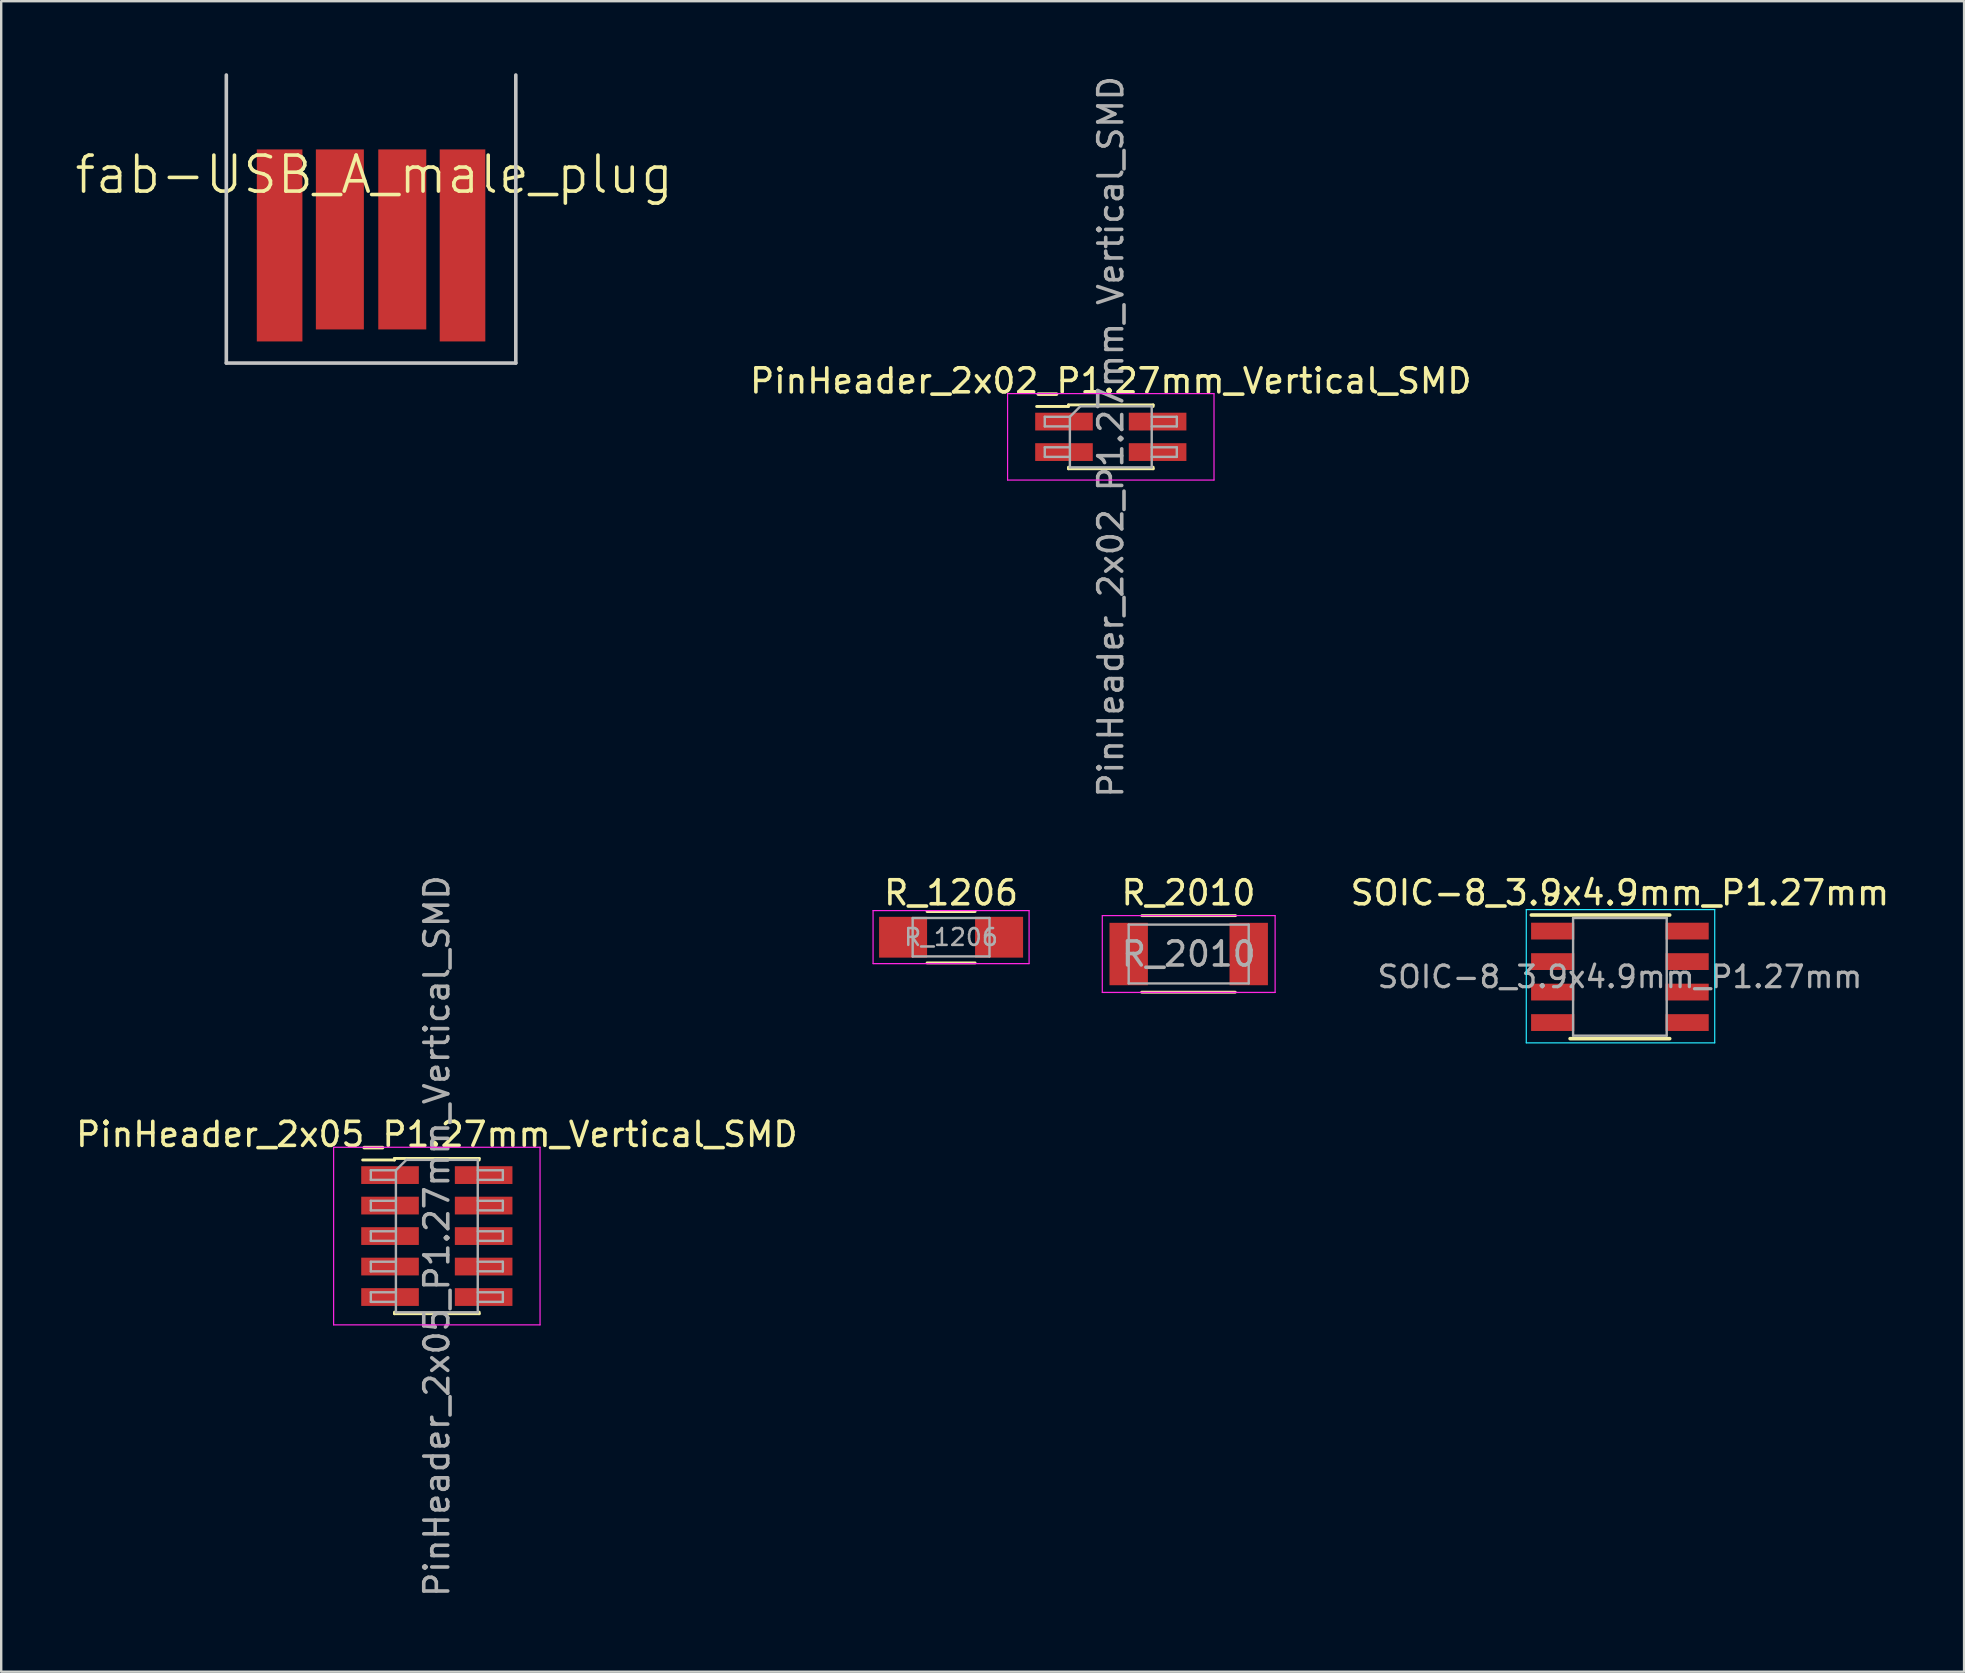
<source format=kicad_pcb>
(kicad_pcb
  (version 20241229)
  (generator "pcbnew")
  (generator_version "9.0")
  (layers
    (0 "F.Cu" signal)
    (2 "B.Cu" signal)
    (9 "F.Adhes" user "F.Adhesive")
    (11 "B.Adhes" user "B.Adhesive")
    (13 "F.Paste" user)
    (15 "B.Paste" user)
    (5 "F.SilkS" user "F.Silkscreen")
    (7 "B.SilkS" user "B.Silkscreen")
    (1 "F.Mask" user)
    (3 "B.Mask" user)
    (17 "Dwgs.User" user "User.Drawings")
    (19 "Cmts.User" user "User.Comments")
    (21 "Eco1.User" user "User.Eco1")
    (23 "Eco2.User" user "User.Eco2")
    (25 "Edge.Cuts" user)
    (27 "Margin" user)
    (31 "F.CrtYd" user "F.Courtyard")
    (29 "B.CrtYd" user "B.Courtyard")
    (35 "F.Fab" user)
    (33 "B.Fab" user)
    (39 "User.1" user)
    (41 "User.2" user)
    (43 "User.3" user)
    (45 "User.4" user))
  (footprint "R_2010"
    (layer "F.Cu")
    (at 46.473 36.696)
    (property "Reference" "R_2010" (at -0.01 -2.55 0) (layer "F.SilkS") (effects (font (size 1 1) (thickness 0.15))))
    (attr smd)
    (fp_line (start -1.95 -1.6) (end 1.95 -1.6) (stroke (width 0.12) (type solid)) (layer "F.SilkS"))
    (fp_line (start 1.94 1.59) (end -1.96 1.59) (stroke (width 0.12) (type solid)) (layer "F.SilkS"))
    (fp_line (start -3.6 -1.6) (end -3.6 1.6) (stroke (width 0.05) (type solid)) (layer "F.CrtYd"))
    (fp_line (start -3.6 -1.6) (end 3.6 -1.6) (stroke (width 0.05) (type solid)) (layer "F.CrtYd"))
    (fp_line (start 3.6 1.6) (end -3.6 1.6) (stroke (width 0.05) (type solid)) (layer "F.CrtYd"))
    (fp_line (start 3.6 1.6) (end 3.6 -1.6) (stroke (width 0.05) (type solid)) (layer "F.CrtYd"))
    (fp_line (start -2.5 -1.225) (end 2.5 -1.225) (stroke (width 0.1) (type solid)) (layer "F.Fab"))
    (fp_line (start -2.5 1.225) (end -2.5 -1.225) (stroke (width 0.1) (type solid)) (layer "F.Fab"))
    (fp_line (start 2.5 -1.225) (end 2.5 1.225) (stroke (width 0.1) (type solid)) (layer "F.Fab"))
    (fp_line (start 2.5 1.225) (end -2.5 1.225) (stroke (width 0.1) (type solid)) (layer "F.Fab"))
    (fp_text user "${REFERENCE}" (at 0 0 0) (layer "F.Fab") (effects (font (size 1 1) (thickness 0.15))))
    (pad "1" smd rect (at -2.5 0) (size 1.6 2.6) (layers "F.Cu" "F.Mask" "F.Paste"))
    (pad "2" smd rect (at 2.5 0) (size 1.6 2.6) (layers "F.Cu" "F.Mask" "F.Paste")))
  (footprint "PinHeader_2x05_P1.27mm_Vertical_SMD"
    (layer "F.Cu")
    (at 15.149 48.446)
    (property "Reference" "PinHeader_2x05_P1.27mm_Vertical_SMD" (at 0 -4.235 0) (layer "F.SilkS") (effects (font (size 1 1) (thickness 0.15))))
    (attr smd)
    (fp_line (start -3.09 -3.17) (end -1.765 -3.17) (stroke (width 0.12) (type solid)) (layer "F.SilkS"))
    (fp_line (start -1.765 -3.235) (end -1.765 -3.17) (stroke (width 0.12) (type solid)) (layer "F.SilkS"))
    (fp_line (start -1.765 -3.235) (end 1.765 -3.235) (stroke (width 0.12) (type solid)) (layer "F.SilkS"))
    (fp_line (start -1.765 3.17) (end -1.765 3.235) (stroke (width 0.12) (type solid)) (layer "F.SilkS"))
    (fp_line (start -1.765 3.235) (end 1.765 3.235) (stroke (width 0.12) (type solid)) (layer "F.SilkS"))
    (fp_line (start 1.765 -3.235) (end 1.765 -3.17) (stroke (width 0.12) (type solid)) (layer "F.SilkS"))
    (fp_line (start 1.765 3.17) (end 1.765 3.235) (stroke (width 0.12) (type solid)) (layer "F.SilkS"))
    (fp_line (start -4.3 -3.7) (end -4.3 3.7) (stroke (width 0.05) (type solid)) (layer "F.CrtYd"))
    (fp_line (start -4.3 3.7) (end 4.3 3.7) (stroke (width 0.05) (type solid)) (layer "F.CrtYd"))
    (fp_line (start 4.3 -3.7) (end -4.3 -3.7) (stroke (width 0.05) (type solid)) (layer "F.CrtYd"))
    (fp_line (start 4.3 3.7) (end 4.3 -3.7) (stroke (width 0.05) (type solid)) (layer "F.CrtYd"))
    (fp_line (start -2.75 -2.74) (end -2.75 -2.34) (stroke (width 0.1) (type solid)) (layer "F.Fab"))
    (fp_line (start -2.75 -2.34) (end -1.705 -2.34) (stroke (width 0.1) (type solid)) (layer "F.Fab"))
    (fp_line (start -2.75 -1.47) (end -2.75 -1.07) (stroke (width 0.1) (type solid)) (layer "F.Fab"))
    (fp_line (start -2.75 -1.07) (end -1.705 -1.07) (stroke (width 0.1) (type solid)) (layer "F.Fab"))
    (fp_line (start -2.75 -0.2) (end -2.75 0.2) (stroke (width 0.1) (type solid)) (layer "F.Fab"))
    (fp_line (start -2.75 0.2) (end -1.705 0.2) (stroke (width 0.1) (type solid)) (layer "F.Fab"))
    (fp_line (start -2.75 1.07) (end -2.75 1.47) (stroke (width 0.1) (type solid)) (layer "F.Fab"))
    (fp_line (start -2.75 1.47) (end -1.705 1.47) (stroke (width 0.1) (type solid)) (layer "F.Fab"))
    (fp_line (start -2.75 2.34) (end -2.75 2.74) (stroke (width 0.1) (type solid)) (layer "F.Fab"))
    (fp_line (start -2.75 2.74) (end -1.705 2.74) (stroke (width 0.1) (type solid)) (layer "F.Fab"))
    (fp_line (start -1.705 -2.74) (end -2.75 -2.74) (stroke (width 0.1) (type solid)) (layer "F.Fab"))
    (fp_line (start -1.705 -2.74) (end -1.27 -3.175) (stroke (width 0.1) (type solid)) (layer "F.Fab"))
    (fp_line (start -1.705 -1.47) (end -2.75 -1.47) (stroke (width 0.1) (type solid)) (layer "F.Fab"))
    (fp_line (start -1.705 -0.2) (end -2.75 -0.2) (stroke (width 0.1) (type solid)) (layer "F.Fab"))
    (fp_line (start -1.705 1.07) (end -2.75 1.07) (stroke (width 0.1) (type solid)) (layer "F.Fab"))
    (fp_line (start -1.705 2.34) (end -2.75 2.34) (stroke (width 0.1) (type solid)) (layer "F.Fab"))
    (fp_line (start -1.705 3.175) (end -1.705 -2.74) (stroke (width 0.1) (type solid)) (layer "F.Fab"))
    (fp_line (start -1.27 -3.175) (end 1.705 -3.175) (stroke (width 0.1) (type solid)) (layer "F.Fab"))
    (fp_line (start 1.705 -3.175) (end 1.705 3.175) (stroke (width 0.1) (type solid)) (layer "F.Fab"))
    (fp_line (start 1.705 -2.74) (end 2.75 -2.74) (stroke (width 0.1) (type solid)) (layer "F.Fab"))
    (fp_line (start 1.705 -1.47) (end 2.75 -1.47) (stroke (width 0.1) (type solid)) (layer "F.Fab"))
    (fp_line (start 1.705 -0.2) (end 2.75 -0.2) (stroke (width 0.1) (type solid)) (layer "F.Fab"))
    (fp_line (start 1.705 1.07) (end 2.75 1.07) (stroke (width 0.1) (type solid)) (layer "F.Fab"))
    (fp_line (start 1.705 2.34) (end 2.75 2.34) (stroke (width 0.1) (type solid)) (layer "F.Fab"))
    (fp_line (start 1.705 3.175) (end -1.705 3.175) (stroke (width 0.1) (type solid)) (layer "F.Fab"))
    (fp_line (start 2.75 -2.74) (end 2.75 -2.34) (stroke (width 0.1) (type solid)) (layer "F.Fab"))
    (fp_line (start 2.75 -2.34) (end 1.705 -2.34) (stroke (width 0.1) (type solid)) (layer "F.Fab"))
    (fp_line (start 2.75 -1.47) (end 2.75 -1.07) (stroke (width 0.1) (type solid)) (layer "F.Fab"))
    (fp_line (start 2.75 -1.07) (end 1.705 -1.07) (stroke (width 0.1) (type solid)) (layer "F.Fab"))
    (fp_line (start 2.75 -0.2) (end 2.75 0.2) (stroke (width 0.1) (type solid)) (layer "F.Fab"))
    (fp_line (start 2.75 0.2) (end 1.705 0.2) (stroke (width 0.1) (type solid)) (layer "F.Fab"))
    (fp_line (start 2.75 1.07) (end 2.75 1.47) (stroke (width 0.1) (type solid)) (layer "F.Fab"))
    (fp_line (start 2.75 1.47) (end 1.705 1.47) (stroke (width 0.1) (type solid)) (layer "F.Fab"))
    (fp_line (start 2.75 2.34) (end 2.75 2.74) (stroke (width 0.1) (type solid)) (layer "F.Fab"))
    (fp_line (start 2.75 2.74) (end 1.705 2.74) (stroke (width 0.1) (type solid)) (layer "F.Fab"))
    (fp_text user "${REFERENCE}" (at 0 0 90) (layer "F.Fab") (effects (font (size 1 1) (thickness 0.15))))
    (pad "1" smd rect (at -1.95 -2.54) (size 2.4 0.74) (layers "F.Cu" "F.Mask" "F.Paste"))
    (pad "2" smd rect (at 1.95 -2.54) (size 2.4 0.74) (layers "F.Cu" "F.Mask" "F.Paste"))
    (pad "3" smd rect (at -1.95 -1.27) (size 2.4 0.74) (layers "F.Cu" "F.Mask" "F.Paste"))
    (pad "4" smd rect (at 1.95 -1.27) (size 2.4 0.74) (layers "F.Cu" "F.Mask" "F.Paste"))
    (pad "5" smd rect (at -1.95 0) (size 2.4 0.74) (layers "F.Cu" "F.Mask" "F.Paste"))
    (pad "6" smd rect (at 1.95 0) (size 2.4 0.74) (layers "F.Cu" "F.Mask" "F.Paste"))
    (pad "7" smd rect (at -1.95 1.27) (size 2.4 0.74) (layers "F.Cu" "F.Mask" "F.Paste"))
    (pad "8" smd rect (at 1.95 1.27) (size 2.4 0.74) (layers "F.Cu" "F.Mask" "F.Paste"))
    (pad "9" smd rect (at -1.95 2.54) (size 2.4 0.74) (layers "F.Cu" "F.Mask" "F.Paste"))
    (pad "10" smd rect (at 1.95 2.54) (size 2.4 0.74) (layers "F.Cu" "F.Mask" "F.Paste")))
  (footprint "fab-USB_A_male_plug"
    (layer "F.Cu")
    (at 12.409 12.075)
    (property "Reference" "fab-USB_A_male_plug" (at 0.13 -7.85 0) (layer "F.SilkS") (effects (font (size 1.5 1.5) (thickness 0.15))))
    (attr exclude_from_pos_files exclude_from_bom)
    (fp_line (start -6.03 0) (end -6.03 -12) (stroke (width 0.15) (type solid)) (layer "Dwgs.User"))
    (fp_line (start 6.03 0) (end -6.03 0) (stroke (width 0.15) (type solid)) (layer "Dwgs.User"))
    (fp_line (start 6.03 0) (end 6.03 -12) (stroke (width 0.15) (type solid)) (layer "Dwgs.User"))
    (pad "1" connect rect (at 3.81 -4.9) (size 1.9 8) (layers "F.Cu" "F.Mask"))
    (pad "2" connect rect (at 1.3 -5.15) (size 2 7.5) (layers "F.Cu" "F.Mask"))
    (pad "3" connect rect (at -1.3 -5.15) (size 2 7.5) (layers "F.Cu" "F.Mask"))
    (pad "4" connect rect (at -3.81 -4.9) (size 1.9 8) (layers "F.Cu" "F.Mask")))
  (footprint "SOIC-8_3.9x4.9mm_P1.27mm"
    (layer "F.Cu")
    (at 64.437 37.646)
    (property "Reference" "SOIC-8_3.9x4.9mm_P1.27mm" (at 0 -3.5 0) (layer "F.SilkS") (effects (font (size 1 1) (thickness 0.15))))
    (attr smd)
    (fp_line (start -3.69 -2.575) (end 2.075 -2.575) (stroke (width 0.15) (type solid)) (layer "F.SilkS"))
    (fp_line (start -2.075 2.575) (end 2.075 2.575) (stroke (width 0.15) (type solid)) (layer "F.SilkS"))
    (fp_circle (center -2.87 -3.23) (end -2.67 -3.23) (stroke (width 0.12) (type solid)) (fill no) (layer "F.SilkS"))
    (fp_line (start -3.9 -2.8) (end 3.95 -2.8) (stroke (width 0.05) (type solid)) (layer "B.CrtYd"))
    (fp_line (start -3.9 2.75) (end -3.9 -2.8) (stroke (width 0.05) (type solid)) (layer "B.CrtYd"))
    (fp_line (start 3.95 -2.8) (end 3.95 2.75) (stroke (width 0.05) (type solid)) (layer "B.CrtYd"))
    (fp_line (start 3.95 2.75) (end -3.9 2.75) (stroke (width 0.05) (type solid)) (layer "B.CrtYd"))
    (fp_line (start -1.95 -2.45) (end -1.95 2.45) (stroke (width 0.1) (type solid)) (layer "F.Fab"))
    (fp_line (start -1.95 -2.45) (end 1.95 -2.45) (stroke (width 0.1) (type solid)) (layer "F.Fab"))
    (fp_line (start -1.95 2.45) (end 1.95 2.45) (stroke (width 0.1) (type solid)) (layer "F.Fab"))
    (fp_line (start 1.95 -2.45) (end 1.95 2.45) (stroke (width 0.1) (type solid)) (layer "F.Fab"))
    (fp_text user "${REFERENCE}" (at 0 0 0) (layer "F.Fab") (effects (font (size 0.9 0.9) (thickness 0.135))))
    (pad "1" smd rect (at -2.8 -1.905) (size 1.8 0.7) (layers "F.Cu" "F.Mask" "F.Paste"))
    (pad "2" smd rect (at -2.8 -0.635) (size 1.8 0.7) (layers "F.Cu" "F.Mask" "F.Paste"))
    (pad "3" smd rect (at -2.8 0.635) (size 1.8 0.7) (layers "F.Cu" "F.Mask" "F.Paste"))
    (pad "4" smd rect (at -2.8 1.905) (size 1.8 0.7) (layers "F.Cu" "F.Mask" "F.Paste"))
    (pad "5" smd rect (at 2.8 1.905) (size 1.8 0.7) (layers "F.Cu" "F.Mask" "F.Paste"))
    (pad "6" smd rect (at 2.8 0.635) (size 1.8 0.7) (layers "F.Cu" "F.Mask" "F.Paste"))
    (pad "7" smd rect (at 2.8 -0.635) (size 1.8 0.7) (layers "F.Cu" "F.Mask" "F.Paste"))
    (pad "8" smd rect (at 2.8 -1.905) (size 1.8 0.7) (layers "F.Cu" "F.Mask" "F.Paste")))
  (footprint "R_1206"
    (layer "F.Cu")
    (at 36.573 35.996)
    (property "Reference" "R_1206" (at 0 -1.85 0) (layer "F.SilkS") (effects (font (size 1 1) (thickness 0.15))))
    (attr smd)
    (fp_line (start -1 -1.07) (end 1 -1.07) (stroke (width 0.12) (type solid)) (layer "F.SilkS"))
    (fp_line (start 1 1.07) (end -1 1.07) (stroke (width 0.12) (type solid)) (layer "F.SilkS"))
    (fp_line (start -3.25 -1.11) (end -3.25 1.1) (stroke (width 0.05) (type solid)) (layer "F.CrtYd"))
    (fp_line (start -3.25 -1.11) (end 3.25 -1.11) (stroke (width 0.05) (type solid)) (layer "F.CrtYd"))
    (fp_line (start 3.25 1.1) (end -3.25 1.1) (stroke (width 0.05) (type solid)) (layer "F.CrtYd"))
    (fp_line (start 3.25 1.1) (end 3.25 -1.11) (stroke (width 0.05) (type solid)) (layer "F.CrtYd"))
    (fp_line (start -1.6 -0.8) (end 1.6 -0.8) (stroke (width 0.1) (type solid)) (layer "F.Fab"))
    (fp_line (start -1.6 0.8) (end -1.6 -0.8) (stroke (width 0.1) (type solid)) (layer "F.Fab"))
    (fp_line (start 1.6 -0.8) (end 1.6 0.8) (stroke (width 0.1) (type solid)) (layer "F.Fab"))
    (fp_line (start 1.6 0.8) (end -1.6 0.8) (stroke (width 0.1) (type solid)) (layer "F.Fab"))
    (fp_text user "${REFERENCE}" (at 0 0 0) (layer "F.Fab") (effects (font (size 0.7 0.7) (thickness 0.105))))
    (pad "1" smd rect (at -2 0) (size 2 1.7) (layers "F.Cu" "F.Mask" "F.Paste"))
    (pad "2" smd rect (at 2 0) (size 2 1.7) (layers "F.Cu" "F.Mask" "F.Paste")))
  (footprint "PinHeader_2x02_P1.27mm_Vertical_SMD"
    (layer "F.Cu")
    (at 43.227 15.149)
    (property "Reference" "PinHeader_2x02_P1.27mm_Vertical_SMD" (at 0 -2.33 0) (layer "F.SilkS") (effects (font (size 1 1) (thickness 0.15))))
    (attr smd)
    (fp_line (start -3.09 -1.265) (end -1.765 -1.265) (stroke (width 0.12) (type solid)) (layer "F.SilkS"))
    (fp_line (start -1.765 -1.33) (end -1.765 -1.265) (stroke (width 0.12) (type solid)) (layer "F.SilkS"))
    (fp_line (start -1.765 -1.33) (end 1.765 -1.33) (stroke (width 0.12) (type solid)) (layer "F.SilkS"))
    (fp_line (start -1.765 1.265) (end -1.765 1.33) (stroke (width 0.12) (type solid)) (layer "F.SilkS"))
    (fp_line (start -1.765 1.33) (end 1.765 1.33) (stroke (width 0.12) (type solid)) (layer "F.SilkS"))
    (fp_line (start 1.765 -1.33) (end 1.765 -1.265) (stroke (width 0.12) (type solid)) (layer "F.SilkS"))
    (fp_line (start 1.765 1.265) (end 1.765 1.33) (stroke (width 0.12) (type solid)) (layer "F.SilkS"))
    (fp_line (start -4.3 -1.8) (end -4.3 1.8) (stroke (width 0.05) (type solid)) (layer "F.CrtYd"))
    (fp_line (start -4.3 1.8) (end 4.3 1.8) (stroke (width 0.05) (type solid)) (layer "F.CrtYd"))
    (fp_line (start 4.3 -1.8) (end -4.3 -1.8) (stroke (width 0.05) (type solid)) (layer "F.CrtYd"))
    (fp_line (start 4.3 1.8) (end 4.3 -1.8) (stroke (width 0.05) (type solid)) (layer "F.CrtYd"))
    (fp_line (start -2.75 -0.835) (end -2.75 -0.435) (stroke (width 0.1) (type solid)) (layer "F.Fab"))
    (fp_line (start -2.75 -0.435) (end -1.705 -0.435) (stroke (width 0.1) (type solid)) (layer "F.Fab"))
    (fp_line (start -2.75 0.435) (end -2.75 0.835) (stroke (width 0.1) (type solid)) (layer "F.Fab"))
    (fp_line (start -2.75 0.835) (end -1.705 0.835) (stroke (width 0.1) (type solid)) (layer "F.Fab"))
    (fp_line (start -1.705 -0.835) (end -2.75 -0.835) (stroke (width 0.1) (type solid)) (layer "F.Fab"))
    (fp_line (start -1.705 -0.835) (end -1.27 -1.27) (stroke (width 0.1) (type solid)) (layer "F.Fab"))
    (fp_line (start -1.705 0.435) (end -2.75 0.435) (stroke (width 0.1) (type solid)) (layer "F.Fab"))
    (fp_line (start -1.705 1.27) (end -1.705 -0.835) (stroke (width 0.1) (type solid)) (layer "F.Fab"))
    (fp_line (start -1.27 -1.27) (end 1.705 -1.27) (stroke (width 0.1) (type solid)) (layer "F.Fab"))
    (fp_line (start 1.705 -1.27) (end 1.705 1.27) (stroke (width 0.1) (type solid)) (layer "F.Fab"))
    (fp_line (start 1.705 -0.835) (end 2.75 -0.835) (stroke (width 0.1) (type solid)) (layer "F.Fab"))
    (fp_line (start 1.705 0.435) (end 2.75 0.435) (stroke (width 0.1) (type solid)) (layer "F.Fab"))
    (fp_line (start 1.705 1.27) (end -1.705 1.27) (stroke (width 0.1) (type solid)) (layer "F.Fab"))
    (fp_line (start 2.75 -0.835) (end 2.75 -0.435) (stroke (width 0.1) (type solid)) (layer "F.Fab"))
    (fp_line (start 2.75 -0.435) (end 1.705 -0.435) (stroke (width 0.1) (type solid)) (layer "F.Fab"))
    (fp_line (start 2.75 0.435) (end 2.75 0.835) (stroke (width 0.1) (type solid)) (layer "F.Fab"))
    (fp_line (start 2.75 0.835) (end 1.705 0.835) (stroke (width 0.1) (type solid)) (layer "F.Fab"))
    (fp_text user "${REFERENCE}" (at 0 0 90) (layer "F.Fab") (effects (font (size 1 1) (thickness 0.15))))
    (pad "1" smd rect (at -1.95 -0.635) (size 2.4 0.74) (layers "F.Cu" "F.Mask" "F.Paste"))
    (pad "2" smd rect (at 1.95 -0.635) (size 2.4 0.74) (layers "F.Cu" "F.Mask" "F.Paste"))
    (pad "3" smd rect (at -1.95 0.635) (size 2.4 0.74) (layers "F.Cu" "F.Mask" "F.Paste"))
    (pad "4" smd rect (at 1.95 0.635) (size 2.4 0.74) (layers "F.Cu" "F.Mask" "F.Paste")))
  (gr_rect
    (start -3 -3)
    (end 78.776 66.595)
    (stroke (width 0.1) (type default))
    (fill no)
    (layer "Edge.Cuts")))
</source>
